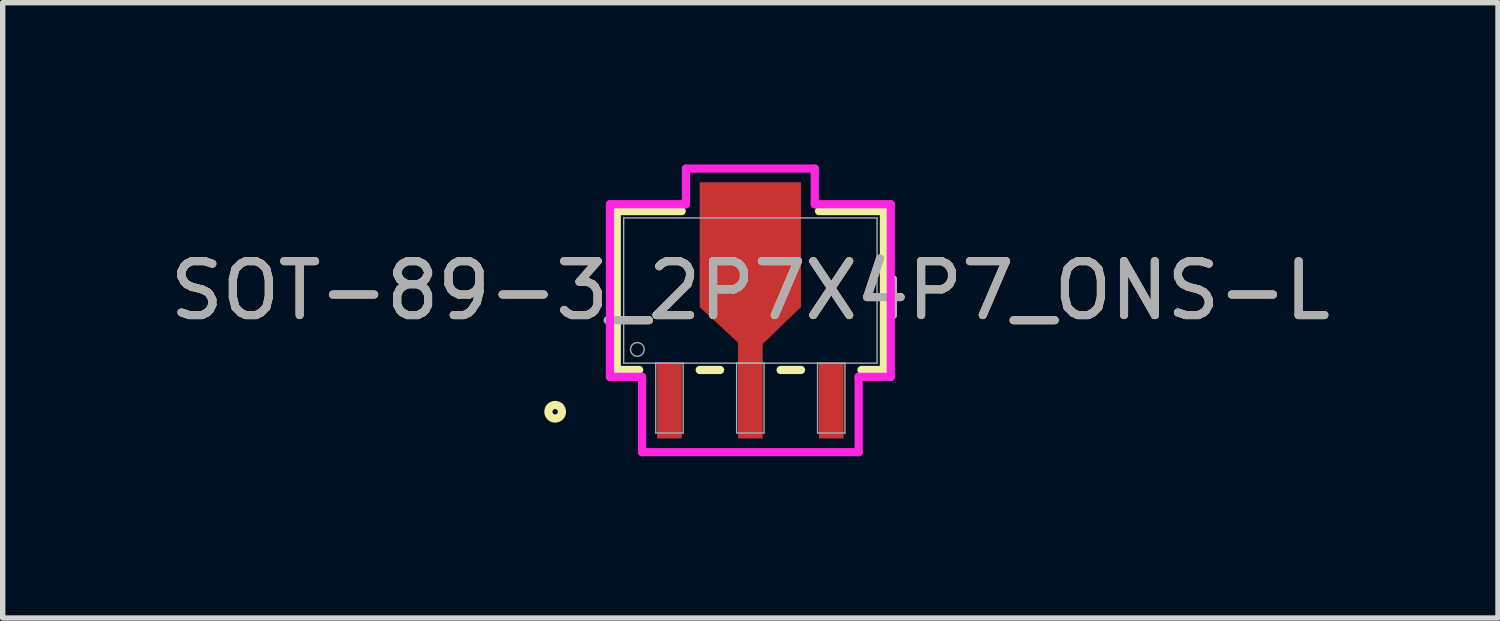
<source format=kicad_pcb>
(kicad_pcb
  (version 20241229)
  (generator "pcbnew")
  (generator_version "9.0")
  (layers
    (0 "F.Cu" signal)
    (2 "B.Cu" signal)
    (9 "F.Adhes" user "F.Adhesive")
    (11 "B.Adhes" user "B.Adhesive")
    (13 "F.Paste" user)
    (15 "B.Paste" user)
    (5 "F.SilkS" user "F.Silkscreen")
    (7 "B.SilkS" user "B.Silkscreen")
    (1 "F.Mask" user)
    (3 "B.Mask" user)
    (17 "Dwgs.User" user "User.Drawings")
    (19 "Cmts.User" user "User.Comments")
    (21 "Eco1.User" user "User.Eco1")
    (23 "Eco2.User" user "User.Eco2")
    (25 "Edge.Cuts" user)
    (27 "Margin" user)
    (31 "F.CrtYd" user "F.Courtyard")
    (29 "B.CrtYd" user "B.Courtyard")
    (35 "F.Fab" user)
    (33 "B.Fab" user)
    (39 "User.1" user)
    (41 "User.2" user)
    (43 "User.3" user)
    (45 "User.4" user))
  (footprint "SOT-89-3_2P7X4P7_ONS-L"
    (layer "F.Cu")
    (at 10.863 2.337)
    (property "Reference" "SOT-89-3_2P7X4P7_ONS-L" (at 0 0 0) (unlocked yes) (layer "F.SilkS") (effects (font (size 1 1) (thickness 0.15))))
    (attr smd)
    (fp_poly (pts (xy -0.229 1.346) (xy -0.229 0.965) (xy -0.94 0.305) (xy -0.94 -2.007) (xy 0.94 -2.007) (xy 0.94 0.305) (xy 0.229 0.991) (xy 0.229 1.346)) (stroke (width 0) (type solid)) (fill yes) (layer "F.Cu"))
    (fp_poly (pts (xy -0.229 1.321) (xy -0.229 0.965) (xy -0.914 0.279) (xy -0.914 -1.956) (xy 0.914 -1.956) (xy 0.914 0.279) (xy 0.229 0.965) (xy 0.229 1.321)) (stroke (width 0) (type solid)) (fill yes) (layer "F.Mask"))
    (fp_line (start -2.477 -1.473) (end -2.477 1.473) (stroke (width 0.152) (type solid)) (layer "F.SilkS"))
    (fp_line (start -2.477 1.473) (end -2.061 1.473) (stroke (width 0.152) (type solid)) (layer "F.SilkS"))
    (fp_line (start -1.273 -1.473) (end -2.477 -1.473) (stroke (width 0.152) (type solid)) (layer "F.SilkS"))
    (fp_line (start -0.939 1.473) (end -0.561 1.473) (stroke (width 0.152) (type solid)) (layer "F.SilkS"))
    (fp_line (start 0.561 1.473) (end 0.939 1.473) (stroke (width 0.152) (type solid)) (layer "F.SilkS"))
    (fp_line (start 2.061 1.473) (end 2.477 1.473) (stroke (width 0.152) (type solid)) (layer "F.SilkS"))
    (fp_line (start 2.477 -1.473) (end 1.273 -1.473) (stroke (width 0.152) (type solid)) (layer "F.SilkS"))
    (fp_line (start 2.477 1.473) (end 2.477 -1.473) (stroke (width 0.152) (type solid)) (layer "F.SilkS"))
    (fp_circle (center -3.619 2.248) (end -3.493 2.248) (stroke (width 0.152) (type solid)) (fill no) (layer "F.SilkS"))
    (fp_poly (pts (xy -0.229 1.321) (xy -0.229 0.965) (xy -0.914 0.279) (xy -0.914 -1.956) (xy 0.914 -1.956) (xy 0.914 0.279) (xy 0.229 0.965) (xy 0.229 1.321)) (stroke (width 0) (type solid)) (fill yes) (layer "F.Paste"))
    (fp_line (start -2.603 -1.6) (end -1.194 -1.6) (stroke (width 0.152) (type solid)) (layer "F.CrtYd"))
    (fp_line (start -2.603 1.6) (end -2.603 -1.6) (stroke (width 0.152) (type solid)) (layer "F.CrtYd"))
    (fp_line (start -2.008 1.6) (end -2.603 1.6) (stroke (width 0.152) (type solid)) (layer "F.CrtYd"))
    (fp_line (start -2.008 2.997) (end -2.008 1.6) (stroke (width 0.152) (type solid)) (layer "F.CrtYd"))
    (fp_line (start -1.194 -2.261) (end 1.194 -2.261) (stroke (width 0.152) (type solid)) (layer "F.CrtYd"))
    (fp_line (start -1.194 -1.6) (end -1.194 -2.261) (stroke (width 0.152) (type solid)) (layer "F.CrtYd"))
    (fp_line (start 1.194 -2.261) (end 1.194 -1.6) (stroke (width 0.152) (type solid)) (layer "F.CrtYd"))
    (fp_line (start 1.194 -1.6) (end 2.603 -1.6) (stroke (width 0.152) (type solid)) (layer "F.CrtYd"))
    (fp_line (start 2.008 1.6) (end 2.008 2.997) (stroke (width 0.152) (type solid)) (layer "F.CrtYd"))
    (fp_line (start 2.008 2.997) (end -2.008 2.997) (stroke (width 0.152) (type solid)) (layer "F.CrtYd"))
    (fp_line (start 2.603 -1.6) (end 2.603 1.6) (stroke (width 0.152) (type solid)) (layer "F.CrtYd"))
    (fp_line (start 2.603 1.6) (end 2.008 1.6) (stroke (width 0.152) (type solid)) (layer "F.CrtYd"))
    (fp_line (start -2.349 -1.346) (end -2.349 1.346) (stroke (width 0.025) (type solid)) (layer "F.Fab"))
    (fp_line (start -2.349 1.346) (end 2.349 1.346) (stroke (width 0.025) (type solid)) (layer "F.Fab"))
    (fp_line (start -1.754 1.346) (end -1.754 2.642) (stroke (width 0.025) (type solid)) (layer "F.Fab"))
    (fp_line (start -1.754 2.642) (end -1.246 2.642) (stroke (width 0.025) (type solid)) (layer "F.Fab"))
    (fp_line (start -1.246 1.346) (end -1.754 1.346) (stroke (width 0.025) (type solid)) (layer "F.Fab"))
    (fp_line (start -1.246 2.642) (end -1.246 1.346) (stroke (width 0.025) (type solid)) (layer "F.Fab"))
    (fp_line (start -0.254 1.346) (end -0.254 2.642) (stroke (width 0.025) (type solid)) (layer "F.Fab"))
    (fp_line (start -0.254 2.642) (end 0.254 2.642) (stroke (width 0.025) (type solid)) (layer "F.Fab"))
    (fp_line (start 0.254 1.346) (end -0.254 1.346) (stroke (width 0.025) (type solid)) (layer "F.Fab"))
    (fp_line (start 0.254 2.642) (end 0.254 1.346) (stroke (width 0.025) (type solid)) (layer "F.Fab"))
    (fp_line (start 1.246 1.346) (end 1.246 2.642) (stroke (width 0.025) (type solid)) (layer "F.Fab"))
    (fp_line (start 1.246 2.642) (end 1.754 2.642) (stroke (width 0.025) (type solid)) (layer "F.Fab"))
    (fp_line (start 1.754 1.346) (end 1.246 1.346) (stroke (width 0.025) (type solid)) (layer "F.Fab"))
    (fp_line (start 1.754 2.642) (end 1.754 1.346) (stroke (width 0.025) (type solid)) (layer "F.Fab"))
    (fp_line (start 2.349 -1.346) (end -2.349 -1.346) (stroke (width 0.025) (type solid)) (layer "F.Fab"))
    (fp_line (start 2.349 1.346) (end 2.349 -1.346) (stroke (width 0.025) (type solid)) (layer "F.Fab"))
    (fp_circle (center -2.095 1.092) (end -1.968 1.092) (stroke (width 0.025) (type solid)) (fill no) (layer "F.Fab"))
    (fp_text user "${REFERENCE}" (at 0 0 0) (unlocked yes) (layer "F.Fab") (effects (font (size 1 1) (thickness 0.15))))
    (pad "1" smd rect (at -1.5 2.045) (size 0.457 1.397) (layers "F.Cu" "F.Mask" "F.Paste"))
    (pad "2" smd rect (at 0 2.045) (size 0.457 1.397) (layers "F.Cu" "F.Mask" "F.Paste"))
    (pad "3" smd rect (at 1.5 2.045) (size 0.457 1.397) (layers "F.Cu" "F.Mask" "F.Paste")))
  (gr_rect
    (start -3 -3)
    (end 24.726 8.41)
    (stroke (width 0.1) (type default))
    (fill no)
    (layer "Edge.Cuts")))
</source>
